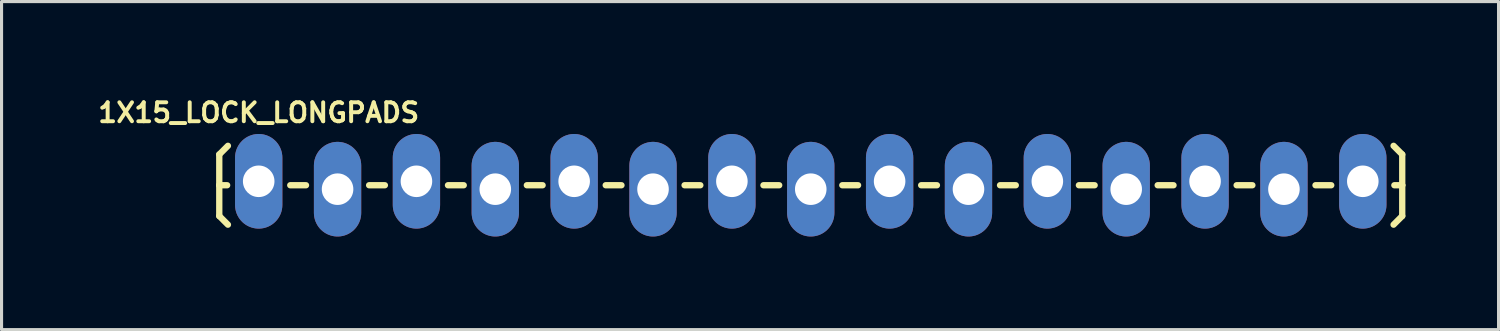
<source format=kicad_pcb>
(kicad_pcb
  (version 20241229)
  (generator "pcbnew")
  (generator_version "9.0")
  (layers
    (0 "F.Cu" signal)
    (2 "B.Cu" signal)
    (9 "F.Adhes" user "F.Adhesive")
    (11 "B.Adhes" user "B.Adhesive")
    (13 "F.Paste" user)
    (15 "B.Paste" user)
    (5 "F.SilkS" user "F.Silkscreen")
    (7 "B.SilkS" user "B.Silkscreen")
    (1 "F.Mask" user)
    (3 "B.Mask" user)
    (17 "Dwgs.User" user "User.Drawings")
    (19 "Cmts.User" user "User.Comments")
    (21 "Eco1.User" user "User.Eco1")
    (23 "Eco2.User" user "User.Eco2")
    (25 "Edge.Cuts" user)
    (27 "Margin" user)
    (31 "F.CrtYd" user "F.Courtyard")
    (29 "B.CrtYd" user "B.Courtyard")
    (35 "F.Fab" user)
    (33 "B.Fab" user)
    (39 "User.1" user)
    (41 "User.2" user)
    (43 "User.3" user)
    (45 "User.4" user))
  (footprint "1X15_LOCK_LONGPADS"
    (layer "F.Cu")
    (at 5.282 2.916)
    (property "Reference" "1X15_LOCK_LONGPADS" (at 0 -2.337 0) (layer "F.SilkS") (effects (font (size 0.61 0.61) (thickness 0.127))))
    (attr exclude_from_pos_files exclude_from_bom)
    (fp_line (start -1.27 -0.991) (end -0.991 -1.27) (stroke (width 0.203) (type solid)) (layer "F.SilkS"))
    (fp_line (start -1.27 0) (end -1.27 -0.991) (stroke (width 0.203) (type solid)) (layer "F.SilkS"))
    (fp_line (start -1.27 0) (end -1.27 0.991) (stroke (width 0.203) (type solid)) (layer "F.SilkS"))
    (fp_line (start -1.27 0) (end -1.016 0) (stroke (width 0.203) (type solid)) (layer "F.SilkS"))
    (fp_line (start -1.27 0.991) (end -0.991 1.27) (stroke (width 0.203) (type solid)) (layer "F.SilkS"))
    (fp_line (start 1.524 0) (end 1.016 0) (stroke (width 0.203) (type solid)) (layer "F.SilkS"))
    (fp_line (start 4.064 0) (end 3.556 0) (stroke (width 0.203) (type solid)) (layer "F.SilkS"))
    (fp_line (start 6.604 0) (end 6.096 0) (stroke (width 0.203) (type solid)) (layer "F.SilkS"))
    (fp_line (start 9.144 0) (end 8.636 0) (stroke (width 0.203) (type solid)) (layer "F.SilkS"))
    (fp_line (start 11.684 0) (end 11.176 0) (stroke (width 0.203) (type solid)) (layer "F.SilkS"))
    (fp_line (start 14.224 0) (end 13.716 0) (stroke (width 0.203) (type solid)) (layer "F.SilkS"))
    (fp_line (start 16.764 0) (end 16.256 0) (stroke (width 0.203) (type solid)) (layer "F.SilkS"))
    (fp_line (start 19.304 0) (end 18.796 0) (stroke (width 0.203) (type solid)) (layer "F.SilkS"))
    (fp_line (start 21.844 0) (end 21.336 0) (stroke (width 0.203) (type solid)) (layer "F.SilkS"))
    (fp_line (start 24.384 0) (end 23.876 0) (stroke (width 0.203) (type solid)) (layer "F.SilkS"))
    (fp_line (start 26.924 0) (end 26.416 0) (stroke (width 0.203) (type solid)) (layer "F.SilkS"))
    (fp_line (start 29.464 0) (end 28.953 0) (stroke (width 0.203) (type solid)) (layer "F.SilkS"))
    (fp_line (start 32.004 0) (end 31.496 0) (stroke (width 0.203) (type solid)) (layer "F.SilkS"))
    (fp_line (start 34.544 0) (end 34.036 0) (stroke (width 0.203) (type solid)) (layer "F.SilkS"))
    (fp_line (start 36.83 -0.991) (end 36.551 -1.27) (stroke (width 0.203) (type solid)) (layer "F.SilkS"))
    (fp_line (start 36.83 0) (end 36.576 0) (stroke (width 0.203) (type solid)) (layer "F.SilkS"))
    (fp_line (start 36.83 0) (end 36.83 -0.991) (stroke (width 0.203) (type solid)) (layer "F.SilkS"))
    (fp_line (start 36.83 0) (end 36.83 0.991) (stroke (width 0.203) (type solid)) (layer "F.SilkS"))
    (fp_line (start 36.83 0.991) (end 36.551 1.27) (stroke (width 0.203) (type solid)) (layer "F.SilkS"))
    (pad "1" thru_hole oval (at 0 -0.127 180) (size 1.524 3.048) (drill 1.016) (layers "*.Cu" "*.Mask"))
    (pad "2" thru_hole oval (at 2.54 0.127 180) (size 1.524 3.048) (drill 1.016) (layers "*.Cu" "*.Mask"))
    (pad "3" thru_hole oval (at 5.08 -0.127 180) (size 1.524 3.048) (drill 1.016) (layers "*.Cu" "*.Mask"))
    (pad "4" thru_hole oval (at 7.62 0.127 180) (size 1.524 3.048) (drill 1.016) (layers "*.Cu" "*.Mask"))
    (pad "5" thru_hole oval (at 10.16 -0.127 180) (size 1.524 3.048) (drill 1.016) (layers "*.Cu" "*.Mask"))
    (pad "6" thru_hole oval (at 12.7 0.127 180) (size 1.524 3.048) (drill 1.016) (layers "*.Cu" "*.Mask"))
    (pad "7" thru_hole oval (at 15.24 -0.127 180) (size 1.524 3.048) (drill 1.016) (layers "*.Cu" "*.Mask"))
    (pad "8" thru_hole oval (at 17.78 0.127 180) (size 1.524 3.048) (drill 1.016) (layers "*.Cu" "*.Mask"))
    (pad "9" thru_hole oval (at 20.32 -0.127 180) (size 1.524 3.048) (drill 1.016) (layers "*.Cu" "*.Mask"))
    (pad "10" thru_hole oval (at 22.86 0.127 180) (size 1.524 3.048) (drill 1.016) (layers "*.Cu" "*.Mask"))
    (pad "11" thru_hole oval (at 25.4 -0.127 180) (size 1.524 3.048) (drill 1.016) (layers "*.Cu" "*.Mask"))
    (pad "12" thru_hole oval (at 27.94 0.127 180) (size 1.524 3.048) (drill 1.016) (layers "*.Cu" "*.Mask"))
    (pad "13" thru_hole oval (at 30.48 -0.127 180) (size 1.524 3.048) (drill 1.016) (layers "*.Cu" "*.Mask"))
    (pad "14" thru_hole oval (at 33.02 0.127 180) (size 1.524 3.048) (drill 1.016) (layers "*.Cu" "*.Mask"))
    (pad "15" thru_hole oval (at 35.56 -0.127 180) (size 1.524 3.048) (drill 1.016) (layers "*.Cu" "*.Mask")))
  (gr_rect
    (start -3 -3)
    (end 45.214 7.567)
    (stroke (width 0.1) (type default))
    (fill no)
    (layer "Edge.Cuts")))
</source>
